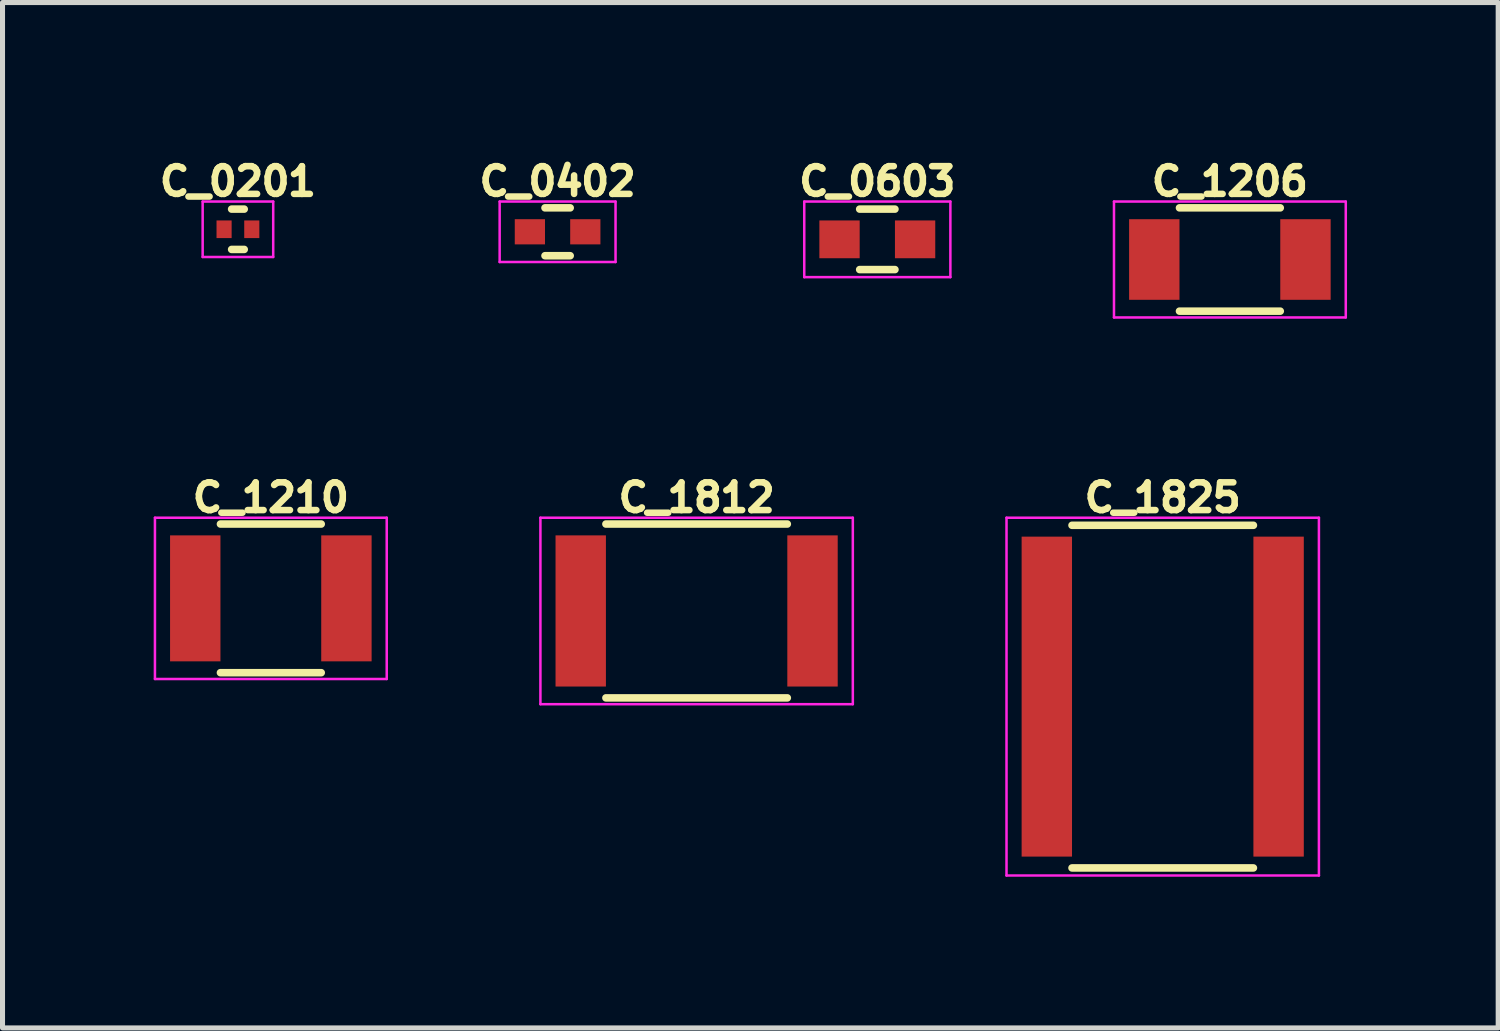
<source format=kicad_pcb>
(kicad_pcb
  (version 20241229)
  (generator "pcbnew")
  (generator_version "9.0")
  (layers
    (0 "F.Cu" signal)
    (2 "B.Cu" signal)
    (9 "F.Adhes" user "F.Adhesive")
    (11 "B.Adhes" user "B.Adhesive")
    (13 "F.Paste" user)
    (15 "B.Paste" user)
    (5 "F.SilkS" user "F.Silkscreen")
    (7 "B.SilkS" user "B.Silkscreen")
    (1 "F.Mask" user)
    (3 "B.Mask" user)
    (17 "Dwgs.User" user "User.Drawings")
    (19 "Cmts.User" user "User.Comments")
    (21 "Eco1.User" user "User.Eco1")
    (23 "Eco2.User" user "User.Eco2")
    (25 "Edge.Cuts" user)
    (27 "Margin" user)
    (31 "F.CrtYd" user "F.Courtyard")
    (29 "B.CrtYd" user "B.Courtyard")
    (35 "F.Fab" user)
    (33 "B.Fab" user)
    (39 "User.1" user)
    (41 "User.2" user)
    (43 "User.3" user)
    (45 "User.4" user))
  (footprint "C_1825"
    (layer "F.Cu")
    (at 20.025 10.775)
    (property "Reference" "C_1825" (at 0 -3.95 0) (layer "F.SilkS") (effects (font (size 0.55 0.55) (thickness 0.13))))
    (attr smd)
    (fp_line (start -1.8 3.4) (end 1.8 3.4) (stroke (width 0.15) (type solid)) (layer "F.SilkS"))
    (fp_line (start 1.8 -3.4) (end -1.8 -3.4) (stroke (width 0.15) (type solid)) (layer "F.SilkS"))
    (fp_line (start -3.1 -3.55) (end -3.1 3.55) (stroke (width 0.05) (type solid)) (layer "F.CrtYd"))
    (fp_line (start -3.1 -3.55) (end 3.1 -3.55) (stroke (width 0.05) (type solid)) (layer "F.CrtYd"))
    (fp_line (start -3.1 3.55) (end 3.1 3.55) (stroke (width 0.05) (type solid)) (layer "F.CrtYd"))
    (fp_line (start 3.1 -3.55) (end 3.1 3.55) (stroke (width 0.05) (type solid)) (layer "F.CrtYd"))
    (pad "1" smd rect (at -2.3 0) (size 1 6.35) (layers "F.Cu" "F.Mask" "F.Paste"))
    (pad "2" smd rect (at 2.3 0) (size 1 6.35) (layers "F.Cu" "F.Mask" "F.Paste")))
  (footprint "C_0201"
    (layer "F.Cu")
    (at 1.672 1.5)
    (property "Reference" "C_0201" (at 0 -0.95 0) (layer "F.SilkS") (effects (font (size 0.55 0.55) (thickness 0.13))))
    (attr smd)
    (fp_line (start -0.125 -0.4) (end 0.125 -0.4) (stroke (width 0.15) (type solid)) (layer "F.SilkS"))
    (fp_line (start 0.125 0.4) (end -0.125 0.4) (stroke (width 0.15) (type solid)) (layer "F.SilkS"))
    (fp_line (start -0.7 -0.55) (end -0.7 0.55) (stroke (width 0.05) (type solid)) (layer "F.CrtYd"))
    (fp_line (start -0.7 -0.55) (end 0.7 -0.55) (stroke (width 0.05) (type solid)) (layer "F.CrtYd"))
    (fp_line (start -0.7 0.55) (end 0.7 0.55) (stroke (width 0.05) (type solid)) (layer "F.CrtYd"))
    (fp_line (start 0.7 -0.55) (end 0.7 0.55) (stroke (width 0.05) (type solid)) (layer "F.CrtYd"))
    (pad "1" smd rect (at -0.275 0) (size 0.3 0.35) (layers "F.Cu" "F.Mask" "F.Paste"))
    (pad "2" smd rect (at 0.275 0) (size 0.3 0.35) (layers "F.Cu" "F.Mask" "F.Paste")))
  (footprint "C_1812"
    (layer "F.Cu")
    (at 10.775 9.075)
    (property "Reference" "C_1812" (at 0 -2.25 0) (layer "F.SilkS") (effects (font (size 0.55 0.55) (thickness 0.13))))
    (attr smd)
    (fp_line (start -1.8 1.725) (end 1.8 1.725) (stroke (width 0.15) (type solid)) (layer "F.SilkS"))
    (fp_line (start 1.8 -1.725) (end -1.8 -1.725) (stroke (width 0.15) (type solid)) (layer "F.SilkS"))
    (fp_line (start -3.1 -1.85) (end -3.1 1.85) (stroke (width 0.05) (type solid)) (layer "F.CrtYd"))
    (fp_line (start -3.1 -1.85) (end 3.1 -1.85) (stroke (width 0.05) (type solid)) (layer "F.CrtYd"))
    (fp_line (start -3.1 1.85) (end 3.1 1.85) (stroke (width 0.05) (type solid)) (layer "F.CrtYd"))
    (fp_line (start 3.1 -1.85) (end 3.1 1.85) (stroke (width 0.05) (type solid)) (layer "F.CrtYd"))
    (pad "1" smd rect (at -2.3 0) (size 1 3) (layers "F.Cu" "F.Mask" "F.Paste"))
    (pad "2" smd rect (at 2.3 0) (size 1 3) (layers "F.Cu" "F.Mask" "F.Paste")))
  (footprint "C_1210"
    (layer "F.Cu")
    (at 2.325 8.825)
    (property "Reference" "C_1210" (at 0 -2 0) (layer "F.SilkS") (effects (font (size 0.55 0.55) (thickness 0.13))))
    (attr smd)
    (fp_line (start -1 1.475) (end 1 1.475) (stroke (width 0.15) (type solid)) (layer "F.SilkS"))
    (fp_line (start 1 -1.475) (end -1 -1.475) (stroke (width 0.15) (type solid)) (layer "F.SilkS"))
    (fp_line (start -2.3 -1.6) (end -2.3 1.6) (stroke (width 0.05) (type solid)) (layer "F.CrtYd"))
    (fp_line (start -2.3 -1.6) (end 2.3 -1.6) (stroke (width 0.05) (type solid)) (layer "F.CrtYd"))
    (fp_line (start -2.3 1.6) (end 2.3 1.6) (stroke (width 0.05) (type solid)) (layer "F.CrtYd"))
    (fp_line (start 2.3 -1.6) (end 2.3 1.6) (stroke (width 0.05) (type solid)) (layer "F.CrtYd"))
    (pad "1" smd rect (at -1.5 0) (size 1 2.5) (layers "F.Cu" "F.Mask" "F.Paste"))
    (pad "2" smd rect (at 1.5 0) (size 1 2.5) (layers "F.Cu" "F.Mask" "F.Paste")))
  (footprint "C_1206"
    (layer "F.Cu")
    (at 21.358 2.1)
    (property "Reference" "C_1206" (at 0 -1.55 0) (layer "F.SilkS") (effects (font (size 0.55 0.55) (thickness 0.13))))
    (attr smd)
    (fp_line (start -1 1.025) (end 1 1.025) (stroke (width 0.15) (type solid)) (layer "F.SilkS"))
    (fp_line (start 1 -1.025) (end -1 -1.025) (stroke (width 0.15) (type solid)) (layer "F.SilkS"))
    (fp_line (start -2.3 -1.15) (end -2.3 1.15) (stroke (width 0.05) (type solid)) (layer "F.CrtYd"))
    (fp_line (start -2.3 -1.15) (end 2.3 -1.15) (stroke (width 0.05) (type solid)) (layer "F.CrtYd"))
    (fp_line (start -2.3 1.15) (end 2.3 1.15) (stroke (width 0.05) (type solid)) (layer "F.CrtYd"))
    (fp_line (start 2.3 -1.15) (end 2.3 1.15) (stroke (width 0.05) (type solid)) (layer "F.CrtYd"))
    (pad "1" smd rect (at -1.5 0) (size 1 1.6) (layers "F.Cu" "F.Mask" "F.Paste"))
    (pad "2" smd rect (at 1.5 0) (size 1 1.6) (layers "F.Cu" "F.Mask" "F.Paste")))
  (footprint "C_0603"
    (layer "F.Cu")
    (at 14.361 1.7)
    (property "Reference" "C_0603" (at 0 -1.15 0) (layer "F.SilkS") (effects (font (size 0.55 0.55) (thickness 0.13))))
    (attr smd)
    (fp_line (start -0.35 -0.6) (end 0.35 -0.6) (stroke (width 0.15) (type solid)) (layer "F.SilkS"))
    (fp_line (start 0.35 0.6) (end -0.35 0.6) (stroke (width 0.15) (type solid)) (layer "F.SilkS"))
    (fp_line (start -1.45 -0.75) (end -1.45 0.75) (stroke (width 0.05) (type solid)) (layer "F.CrtYd"))
    (fp_line (start -1.45 -0.75) (end 1.45 -0.75) (stroke (width 0.05) (type solid)) (layer "F.CrtYd"))
    (fp_line (start -1.45 0.75) (end 1.45 0.75) (stroke (width 0.05) (type solid)) (layer "F.CrtYd"))
    (fp_line (start 1.45 -0.75) (end 1.45 0.75) (stroke (width 0.05) (type solid)) (layer "F.CrtYd"))
    (pad "1" smd rect (at -0.75 0) (size 0.8 0.75) (layers "F.Cu" "F.Mask" "F.Paste"))
    (pad "2" smd rect (at 0.75 0) (size 0.8 0.75) (layers "F.Cu" "F.Mask" "F.Paste")))
  (footprint "C_0402"
    (layer "F.Cu")
    (at 8.016 1.55)
    (property "Reference" "C_0402" (at 0 -1 0) (layer "F.SilkS") (effects (font (size 0.55 0.55) (thickness 0.13))))
    (attr smd)
    (fp_line (start -0.25 0.475) (end 0.25 0.475) (stroke (width 0.15) (type solid)) (layer "F.SilkS"))
    (fp_line (start 0.25 -0.475) (end -0.25 -0.475) (stroke (width 0.15) (type solid)) (layer "F.SilkS"))
    (fp_line (start -1.15 -0.6) (end -1.15 0.6) (stroke (width 0.05) (type solid)) (layer "F.CrtYd"))
    (fp_line (start -1.15 -0.6) (end 1.15 -0.6) (stroke (width 0.05) (type solid)) (layer "F.CrtYd"))
    (fp_line (start -1.15 0.6) (end 1.15 0.6) (stroke (width 0.05) (type solid)) (layer "F.CrtYd"))
    (fp_line (start 1.15 -0.6) (end 1.15 0.6) (stroke (width 0.05) (type solid)) (layer "F.CrtYd"))
    (pad "1" smd rect (at -0.55 0) (size 0.6 0.5) (layers "F.Cu" "F.Mask" "F.Paste"))
    (pad "2" smd rect (at 0.55 0) (size 0.6 0.5) (layers "F.Cu" "F.Mask" "F.Paste")))
  (gr_rect
    (start -3 -3)
    (end 26.683 17.35)
    (stroke (width 0.1) (type default))
    (fill no)
    (layer "Edge.Cuts")))
</source>
